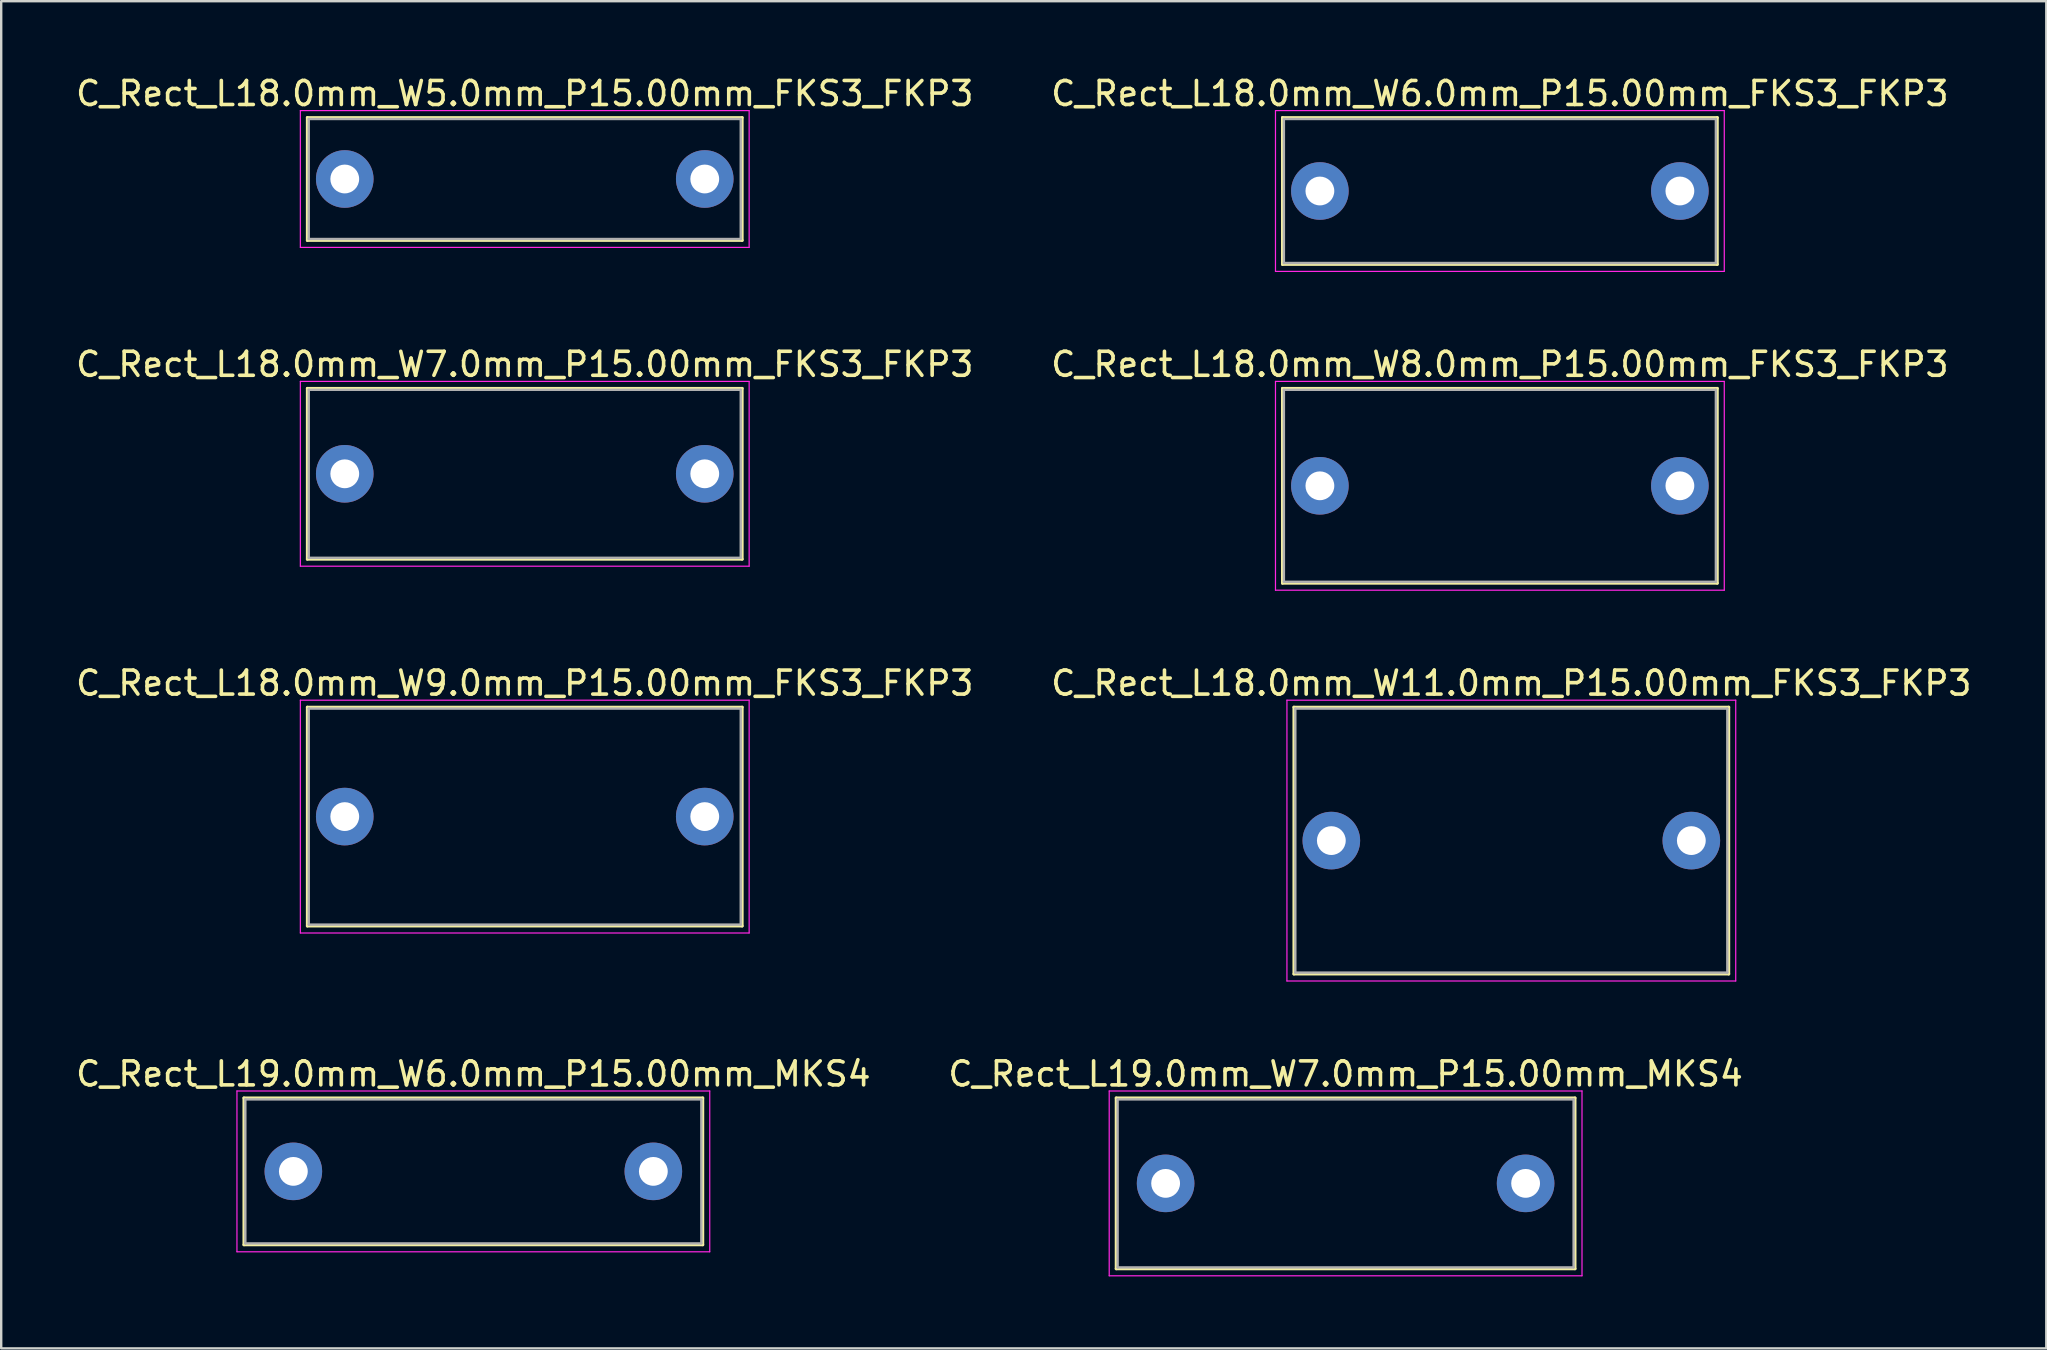
<source format=kicad_pcb>
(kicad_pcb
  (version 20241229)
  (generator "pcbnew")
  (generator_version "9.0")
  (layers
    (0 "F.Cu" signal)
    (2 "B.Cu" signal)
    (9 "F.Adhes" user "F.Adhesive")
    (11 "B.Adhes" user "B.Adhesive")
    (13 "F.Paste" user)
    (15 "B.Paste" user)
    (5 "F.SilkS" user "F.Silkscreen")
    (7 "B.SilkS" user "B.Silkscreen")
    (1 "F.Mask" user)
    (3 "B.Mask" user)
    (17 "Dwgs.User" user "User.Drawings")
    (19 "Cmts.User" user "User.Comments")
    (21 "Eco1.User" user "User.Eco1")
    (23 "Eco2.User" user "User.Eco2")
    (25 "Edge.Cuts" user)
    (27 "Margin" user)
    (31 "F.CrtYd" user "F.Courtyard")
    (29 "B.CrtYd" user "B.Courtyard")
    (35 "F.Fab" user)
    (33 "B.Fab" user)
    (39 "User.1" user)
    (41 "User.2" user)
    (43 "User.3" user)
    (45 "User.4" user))
  (footprint "C_Rect_L19.0mm_W7.0mm_P15.00mm_MKS4"
    (layer "F.Cu")
    (at 45.518 46.258)
    (property "Reference" "C_Rect_L19.0mm_W7.0mm_P15.00mm_MKS4" (at 7.5 -4.56 0) (layer "F.SilkS") (effects (font (size 1 1) (thickness 0.15))))
    (attr through_hole)
    (fp_line (start -2.06 -3.56) (end -2.06 3.56) (stroke (width 0.12) (type solid)) (layer "F.SilkS"))
    (fp_line (start -2.06 -3.56) (end 17.06 -3.56) (stroke (width 0.12) (type solid)) (layer "F.SilkS"))
    (fp_line (start -2.06 3.56) (end 17.06 3.56) (stroke (width 0.12) (type solid)) (layer "F.SilkS"))
    (fp_line (start 17.06 -3.56) (end 17.06 3.56) (stroke (width 0.12) (type solid)) (layer "F.SilkS"))
    (fp_line (start -2.35 -3.85) (end -2.35 3.85) (stroke (width 0.05) (type solid)) (layer "F.CrtYd"))
    (fp_line (start -2.35 3.85) (end 17.35 3.85) (stroke (width 0.05) (type solid)) (layer "F.CrtYd"))
    (fp_line (start 17.35 -3.85) (end -2.35 -3.85) (stroke (width 0.05) (type solid)) (layer "F.CrtYd"))
    (fp_line (start 17.35 3.85) (end 17.35 -3.85) (stroke (width 0.05) (type solid)) (layer "F.CrtYd"))
    (fp_line (start -2 -3.5) (end -2 3.5) (stroke (width 0.1) (type solid)) (layer "F.Fab"))
    (fp_line (start -2 3.5) (end 17 3.5) (stroke (width 0.1) (type solid)) (layer "F.Fab"))
    (fp_line (start 17 -3.5) (end -2 -3.5) (stroke (width 0.1) (type solid)) (layer "F.Fab"))
    (fp_line (start 17 3.5) (end 17 -3.5) (stroke (width 0.1) (type solid)) (layer "F.Fab"))
    (pad "1" thru_hole circle (at 0 0) (size 2.4 2.4) (drill 1.2) (layers "*.Cu" "*.Mask"))
    (pad "2" thru_hole circle (at 15 0) (size 2.4 2.4) (drill 1.2) (layers "*.Cu" "*.Mask")))
  (footprint "C_Rect_L18.0mm_W8.0mm_P15.00mm_FKS3_FKP3"
    (layer "F.Cu")
    (at 51.946 17.192)
    (property "Reference" "C_Rect_L18.0mm_W8.0mm_P15.00mm_FKS3_FKP3" (at 7.5 -5.06 0) (layer "F.SilkS") (effects (font (size 1 1) (thickness 0.15))))
    (attr through_hole)
    (fp_line (start -1.56 -4.06) (end -1.56 4.06) (stroke (width 0.12) (type solid)) (layer "F.SilkS"))
    (fp_line (start -1.56 -4.06) (end 16.56 -4.06) (stroke (width 0.12) (type solid)) (layer "F.SilkS"))
    (fp_line (start -1.56 4.06) (end 16.56 4.06) (stroke (width 0.12) (type solid)) (layer "F.SilkS"))
    (fp_line (start 16.56 -4.06) (end 16.56 4.06) (stroke (width 0.12) (type solid)) (layer "F.SilkS"))
    (fp_line (start -1.85 -4.35) (end -1.85 4.35) (stroke (width 0.05) (type solid)) (layer "F.CrtYd"))
    (fp_line (start -1.85 4.35) (end 16.85 4.35) (stroke (width 0.05) (type solid)) (layer "F.CrtYd"))
    (fp_line (start 16.85 -4.35) (end -1.85 -4.35) (stroke (width 0.05) (type solid)) (layer "F.CrtYd"))
    (fp_line (start 16.85 4.35) (end 16.85 -4.35) (stroke (width 0.05) (type solid)) (layer "F.CrtYd"))
    (fp_line (start -1.5 -4) (end -1.5 4) (stroke (width 0.1) (type solid)) (layer "F.Fab"))
    (fp_line (start -1.5 4) (end 16.5 4) (stroke (width 0.1) (type solid)) (layer "F.Fab"))
    (fp_line (start 16.5 -4) (end -1.5 -4) (stroke (width 0.1) (type solid)) (layer "F.Fab"))
    (fp_line (start 16.5 4) (end 16.5 -4) (stroke (width 0.1) (type solid)) (layer "F.Fab"))
    (pad "1" thru_hole circle (at 0 0) (size 2.4 2.4) (drill 1.2) (layers "*.Cu" "*.Mask"))
    (pad "2" thru_hole circle (at 15 0) (size 2.4 2.4) (drill 1.2) (layers "*.Cu" "*.Mask")))
  (footprint "C_Rect_L18.0mm_W6.0mm_P15.00mm_FKS3_FKP3"
    (layer "F.Cu")
    (at 51.946 4.908)
    (property "Reference" "C_Rect_L18.0mm_W6.0mm_P15.00mm_FKS3_FKP3" (at 7.5 -4.06 0) (layer "F.SilkS") (effects (font (size 1 1) (thickness 0.15))))
    (attr through_hole)
    (fp_line (start -1.56 -3.06) (end -1.56 3.06) (stroke (width 0.12) (type solid)) (layer "F.SilkS"))
    (fp_line (start -1.56 -3.06) (end 16.56 -3.06) (stroke (width 0.12) (type solid)) (layer "F.SilkS"))
    (fp_line (start -1.56 3.06) (end 16.56 3.06) (stroke (width 0.12) (type solid)) (layer "F.SilkS"))
    (fp_line (start 16.56 -3.06) (end 16.56 3.06) (stroke (width 0.12) (type solid)) (layer "F.SilkS"))
    (fp_line (start -1.85 -3.35) (end -1.85 3.35) (stroke (width 0.05) (type solid)) (layer "F.CrtYd"))
    (fp_line (start -1.85 3.35) (end 16.85 3.35) (stroke (width 0.05) (type solid)) (layer "F.CrtYd"))
    (fp_line (start 16.85 -3.35) (end -1.85 -3.35) (stroke (width 0.05) (type solid)) (layer "F.CrtYd"))
    (fp_line (start 16.85 3.35) (end 16.85 -3.35) (stroke (width 0.05) (type solid)) (layer "F.CrtYd"))
    (fp_line (start -1.5 -3) (end -1.5 3) (stroke (width 0.1) (type solid)) (layer "F.Fab"))
    (fp_line (start -1.5 3) (end 16.5 3) (stroke (width 0.1) (type solid)) (layer "F.Fab"))
    (fp_line (start 16.5 -3) (end -1.5 -3) (stroke (width 0.1) (type solid)) (layer "F.Fab"))
    (fp_line (start 16.5 3) (end 16.5 -3) (stroke (width 0.1) (type solid)) (layer "F.Fab"))
    (pad "1" thru_hole circle (at 0 0) (size 2.4 2.4) (drill 1.2) (layers "*.Cu" "*.Mask"))
    (pad "2" thru_hole circle (at 15 0) (size 2.4 2.4) (drill 1.2) (layers "*.Cu" "*.Mask")))
  (footprint "C_Rect_L18.0mm_W7.0mm_P15.00mm_FKS3_FKP3"
    (layer "F.Cu")
    (at 11.315 16.692)
    (property "Reference" "C_Rect_L18.0mm_W7.0mm_P15.00mm_FKS3_FKP3" (at 7.5 -4.56 0) (layer "F.SilkS") (effects (font (size 1 1) (thickness 0.15))))
    (attr through_hole)
    (fp_line (start -1.56 -3.56) (end -1.56 3.56) (stroke (width 0.12) (type solid)) (layer "F.SilkS"))
    (fp_line (start -1.56 -3.56) (end 16.56 -3.56) (stroke (width 0.12) (type solid)) (layer "F.SilkS"))
    (fp_line (start -1.56 3.56) (end 16.56 3.56) (stroke (width 0.12) (type solid)) (layer "F.SilkS"))
    (fp_line (start 16.56 -3.56) (end 16.56 3.56) (stroke (width 0.12) (type solid)) (layer "F.SilkS"))
    (fp_line (start -1.85 -3.85) (end -1.85 3.85) (stroke (width 0.05) (type solid)) (layer "F.CrtYd"))
    (fp_line (start -1.85 3.85) (end 16.85 3.85) (stroke (width 0.05) (type solid)) (layer "F.CrtYd"))
    (fp_line (start 16.85 -3.85) (end -1.85 -3.85) (stroke (width 0.05) (type solid)) (layer "F.CrtYd"))
    (fp_line (start 16.85 3.85) (end 16.85 -3.85) (stroke (width 0.05) (type solid)) (layer "F.CrtYd"))
    (fp_line (start -1.5 -3.5) (end -1.5 3.5) (stroke (width 0.1) (type solid)) (layer "F.Fab"))
    (fp_line (start -1.5 3.5) (end 16.5 3.5) (stroke (width 0.1) (type solid)) (layer "F.Fab"))
    (fp_line (start 16.5 -3.5) (end -1.5 -3.5) (stroke (width 0.1) (type solid)) (layer "F.Fab"))
    (fp_line (start 16.5 3.5) (end 16.5 -3.5) (stroke (width 0.1) (type solid)) (layer "F.Fab"))
    (pad "1" thru_hole circle (at 0 0) (size 2.4 2.4) (drill 1.2) (layers "*.Cu" "*.Mask"))
    (pad "2" thru_hole circle (at 15 0) (size 2.4 2.4) (drill 1.2) (layers "*.Cu" "*.Mask")))
  (footprint "C_Rect_L18.0mm_W5.0mm_P15.00mm_FKS3_FKP3"
    (layer "F.Cu")
    (at 11.315 4.408)
    (property "Reference" "C_Rect_L18.0mm_W5.0mm_P15.00mm_FKS3_FKP3" (at 7.5 -3.56 0) (layer "F.SilkS") (effects (font (size 1 1) (thickness 0.15))))
    (attr through_hole)
    (fp_line (start -1.56 -2.56) (end -1.56 2.56) (stroke (width 0.12) (type solid)) (layer "F.SilkS"))
    (fp_line (start -1.56 -2.56) (end 16.56 -2.56) (stroke (width 0.12) (type solid)) (layer "F.SilkS"))
    (fp_line (start -1.56 2.56) (end 16.56 2.56) (stroke (width 0.12) (type solid)) (layer "F.SilkS"))
    (fp_line (start 16.56 -2.56) (end 16.56 2.56) (stroke (width 0.12) (type solid)) (layer "F.SilkS"))
    (fp_line (start -1.85 -2.85) (end -1.85 2.85) (stroke (width 0.05) (type solid)) (layer "F.CrtYd"))
    (fp_line (start -1.85 2.85) (end 16.85 2.85) (stroke (width 0.05) (type solid)) (layer "F.CrtYd"))
    (fp_line (start 16.85 -2.85) (end -1.85 -2.85) (stroke (width 0.05) (type solid)) (layer "F.CrtYd"))
    (fp_line (start 16.85 2.85) (end 16.85 -2.85) (stroke (width 0.05) (type solid)) (layer "F.CrtYd"))
    (fp_line (start -1.5 -2.5) (end -1.5 2.5) (stroke (width 0.1) (type solid)) (layer "F.Fab"))
    (fp_line (start -1.5 2.5) (end 16.5 2.5) (stroke (width 0.1) (type solid)) (layer "F.Fab"))
    (fp_line (start 16.5 -2.5) (end -1.5 -2.5) (stroke (width 0.1) (type solid)) (layer "F.Fab"))
    (fp_line (start 16.5 2.5) (end 16.5 -2.5) (stroke (width 0.1) (type solid)) (layer "F.Fab"))
    (pad "1" thru_hole circle (at 0 0) (size 2.4 2.4) (drill 1.2) (layers "*.Cu" "*.Mask"))
    (pad "2" thru_hole circle (at 15 0) (size 2.4 2.4) (drill 1.2) (layers "*.Cu" "*.Mask")))
  (footprint "C_Rect_L18.0mm_W11.0mm_P15.00mm_FKS3_FKP3"
    (layer "F.Cu")
    (at 52.423 31.975)
    (property "Reference" "C_Rect_L18.0mm_W11.0mm_P15.00mm_FKS3_FKP3" (at 7.5 -6.56 0) (layer "F.SilkS") (effects (font (size 1 1) (thickness 0.15))))
    (attr through_hole)
    (fp_line (start -1.56 -5.56) (end -1.56 5.56) (stroke (width 0.12) (type solid)) (layer "F.SilkS"))
    (fp_line (start -1.56 -5.56) (end 16.56 -5.56) (stroke (width 0.12) (type solid)) (layer "F.SilkS"))
    (fp_line (start -1.56 5.56) (end 16.56 5.56) (stroke (width 0.12) (type solid)) (layer "F.SilkS"))
    (fp_line (start 16.56 -5.56) (end 16.56 5.56) (stroke (width 0.12) (type solid)) (layer "F.SilkS"))
    (fp_line (start -1.85 -5.85) (end -1.85 5.85) (stroke (width 0.05) (type solid)) (layer "F.CrtYd"))
    (fp_line (start -1.85 5.85) (end 16.85 5.85) (stroke (width 0.05) (type solid)) (layer "F.CrtYd"))
    (fp_line (start 16.85 -5.85) (end -1.85 -5.85) (stroke (width 0.05) (type solid)) (layer "F.CrtYd"))
    (fp_line (start 16.85 5.85) (end 16.85 -5.85) (stroke (width 0.05) (type solid)) (layer "F.CrtYd"))
    (fp_line (start -1.5 -5.5) (end -1.5 5.5) (stroke (width 0.1) (type solid)) (layer "F.Fab"))
    (fp_line (start -1.5 5.5) (end 16.5 5.5) (stroke (width 0.1) (type solid)) (layer "F.Fab"))
    (fp_line (start 16.5 -5.5) (end -1.5 -5.5) (stroke (width 0.1) (type solid)) (layer "F.Fab"))
    (fp_line (start 16.5 5.5) (end 16.5 -5.5) (stroke (width 0.1) (type solid)) (layer "F.Fab"))
    (pad "1" thru_hole circle (at 0 0) (size 2.4 2.4) (drill 1.2) (layers "*.Cu" "*.Mask"))
    (pad "2" thru_hole circle (at 15 0) (size 2.4 2.4) (drill 1.2) (layers "*.Cu" "*.Mask")))
  (footprint "C_Rect_L19.0mm_W6.0mm_P15.00mm_MKS4"
    (layer "F.Cu")
    (at 9.173 45.758)
    (property "Reference" "C_Rect_L19.0mm_W6.0mm_P15.00mm_MKS4" (at 7.5 -4.06 0) (layer "F.SilkS") (effects (font (size 1 1) (thickness 0.15))))
    (attr through_hole)
    (fp_line (start -2.06 -3.06) (end -2.06 3.06) (stroke (width 0.12) (type solid)) (layer "F.SilkS"))
    (fp_line (start -2.06 -3.06) (end 17.06 -3.06) (stroke (width 0.12) (type solid)) (layer "F.SilkS"))
    (fp_line (start -2.06 3.06) (end 17.06 3.06) (stroke (width 0.12) (type solid)) (layer "F.SilkS"))
    (fp_line (start 17.06 -3.06) (end 17.06 3.06) (stroke (width 0.12) (type solid)) (layer "F.SilkS"))
    (fp_line (start -2.35 -3.35) (end -2.35 3.35) (stroke (width 0.05) (type solid)) (layer "F.CrtYd"))
    (fp_line (start -2.35 3.35) (end 17.35 3.35) (stroke (width 0.05) (type solid)) (layer "F.CrtYd"))
    (fp_line (start 17.35 -3.35) (end -2.35 -3.35) (stroke (width 0.05) (type solid)) (layer "F.CrtYd"))
    (fp_line (start 17.35 3.35) (end 17.35 -3.35) (stroke (width 0.05) (type solid)) (layer "F.CrtYd"))
    (fp_line (start -2 -3) (end -2 3) (stroke (width 0.1) (type solid)) (layer "F.Fab"))
    (fp_line (start -2 3) (end 17 3) (stroke (width 0.1) (type solid)) (layer "F.Fab"))
    (fp_line (start 17 -3) (end -2 -3) (stroke (width 0.1) (type solid)) (layer "F.Fab"))
    (fp_line (start 17 3) (end 17 -3) (stroke (width 0.1) (type solid)) (layer "F.Fab"))
    (pad "1" thru_hole circle (at 0 0) (size 2.4 2.4) (drill 1.2) (layers "*.Cu" "*.Mask"))
    (pad "2" thru_hole circle (at 15 0) (size 2.4 2.4) (drill 1.2) (layers "*.Cu" "*.Mask")))
  (footprint "C_Rect_L18.0mm_W9.0mm_P15.00mm_FKS3_FKP3"
    (layer "F.Cu")
    (at 11.315 30.975)
    (property "Reference" "C_Rect_L18.0mm_W9.0mm_P15.00mm_FKS3_FKP3" (at 7.5 -5.56 0) (layer "F.SilkS") (effects (font (size 1 1) (thickness 0.15))))
    (attr through_hole)
    (fp_line (start -1.56 -4.56) (end -1.56 4.56) (stroke (width 0.12) (type solid)) (layer "F.SilkS"))
    (fp_line (start -1.56 -4.56) (end 16.56 -4.56) (stroke (width 0.12) (type solid)) (layer "F.SilkS"))
    (fp_line (start -1.56 4.56) (end 16.56 4.56) (stroke (width 0.12) (type solid)) (layer "F.SilkS"))
    (fp_line (start 16.56 -4.56) (end 16.56 4.56) (stroke (width 0.12) (type solid)) (layer "F.SilkS"))
    (fp_line (start -1.85 -4.85) (end -1.85 4.85) (stroke (width 0.05) (type solid)) (layer "F.CrtYd"))
    (fp_line (start -1.85 4.85) (end 16.85 4.85) (stroke (width 0.05) (type solid)) (layer "F.CrtYd"))
    (fp_line (start 16.85 -4.85) (end -1.85 -4.85) (stroke (width 0.05) (type solid)) (layer "F.CrtYd"))
    (fp_line (start 16.85 4.85) (end 16.85 -4.85) (stroke (width 0.05) (type solid)) (layer "F.CrtYd"))
    (fp_line (start -1.5 -4.5) (end -1.5 4.5) (stroke (width 0.1) (type solid)) (layer "F.Fab"))
    (fp_line (start -1.5 4.5) (end 16.5 4.5) (stroke (width 0.1) (type solid)) (layer "F.Fab"))
    (fp_line (start 16.5 -4.5) (end -1.5 -4.5) (stroke (width 0.1) (type solid)) (layer "F.Fab"))
    (fp_line (start 16.5 4.5) (end 16.5 -4.5) (stroke (width 0.1) (type solid)) (layer "F.Fab"))
    (pad "1" thru_hole circle (at 0 0) (size 2.4 2.4) (drill 1.2) (layers "*.Cu" "*.Mask"))
    (pad "2" thru_hole circle (at 15 0) (size 2.4 2.4) (drill 1.2) (layers "*.Cu" "*.Mask")))
  (gr_rect
    (start -3 -3)
    (end 82.214 53.133)
    (stroke (width 0.1) (type default))
    (fill no)
    (layer "Edge.Cuts")))
</source>
